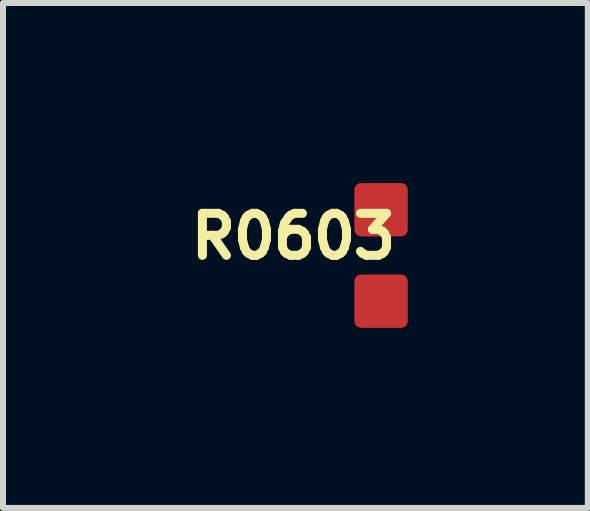
<source format=kicad_pcb>
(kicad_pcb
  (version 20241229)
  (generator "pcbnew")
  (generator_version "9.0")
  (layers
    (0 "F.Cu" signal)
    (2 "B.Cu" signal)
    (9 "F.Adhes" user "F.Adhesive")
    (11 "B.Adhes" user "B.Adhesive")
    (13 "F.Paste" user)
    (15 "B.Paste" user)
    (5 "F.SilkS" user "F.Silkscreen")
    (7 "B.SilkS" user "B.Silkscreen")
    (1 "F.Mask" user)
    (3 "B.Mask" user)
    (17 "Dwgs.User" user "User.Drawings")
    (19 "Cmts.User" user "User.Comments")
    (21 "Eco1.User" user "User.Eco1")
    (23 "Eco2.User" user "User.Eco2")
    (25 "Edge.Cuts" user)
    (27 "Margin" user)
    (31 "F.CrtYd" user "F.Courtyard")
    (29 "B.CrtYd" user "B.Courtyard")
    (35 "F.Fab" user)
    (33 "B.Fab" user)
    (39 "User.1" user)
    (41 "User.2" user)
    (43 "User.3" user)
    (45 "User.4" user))
  (footprint "R0603"
    (layer "F.Cu")
    (at 3.299 1.206)
    (property "Reference" "R0603" (at -1.46 -0.318 180) (layer "F.SilkS") (effects (font (size 0.7 0.7) (thickness 0.15))))
    (attr smd)
    (pad "1" smd roundrect (at 0 -0.762 270) (size 0.889 0.889) (layers "F.Cu" "F.Mask" "F.Paste") (roundrect_rratio 0.125))
    (pad "2" smd roundrect (at 0 0.762 270) (size 0.889 0.889) (layers "F.Cu" "F.Mask" "F.Paste") (roundrect_rratio 0.125)))
  (gr_rect
    (start -3 -3)
    (end 6.743 5.413)
    (stroke (width 0.1) (type default))
    (fill no)
    (layer "Edge.Cuts")))
</source>
